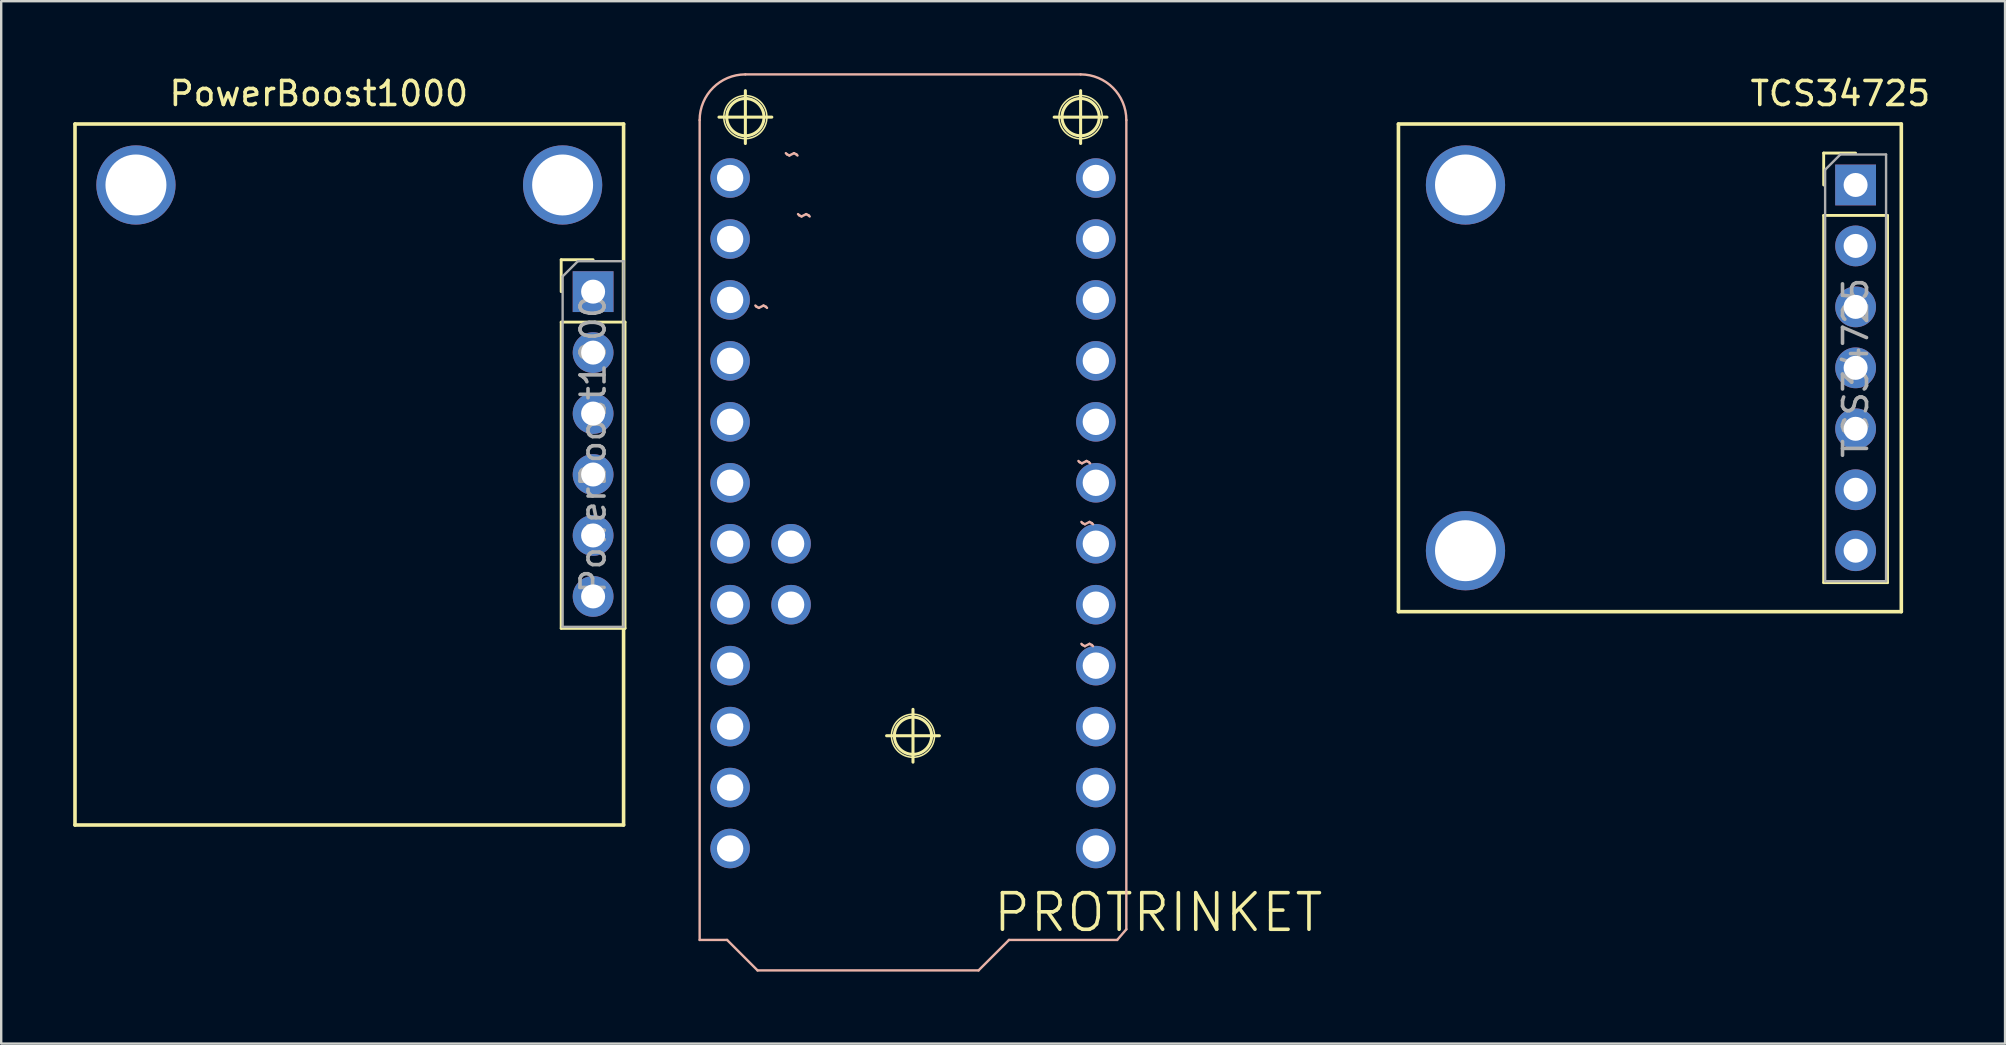
<source format=kicad_pcb>
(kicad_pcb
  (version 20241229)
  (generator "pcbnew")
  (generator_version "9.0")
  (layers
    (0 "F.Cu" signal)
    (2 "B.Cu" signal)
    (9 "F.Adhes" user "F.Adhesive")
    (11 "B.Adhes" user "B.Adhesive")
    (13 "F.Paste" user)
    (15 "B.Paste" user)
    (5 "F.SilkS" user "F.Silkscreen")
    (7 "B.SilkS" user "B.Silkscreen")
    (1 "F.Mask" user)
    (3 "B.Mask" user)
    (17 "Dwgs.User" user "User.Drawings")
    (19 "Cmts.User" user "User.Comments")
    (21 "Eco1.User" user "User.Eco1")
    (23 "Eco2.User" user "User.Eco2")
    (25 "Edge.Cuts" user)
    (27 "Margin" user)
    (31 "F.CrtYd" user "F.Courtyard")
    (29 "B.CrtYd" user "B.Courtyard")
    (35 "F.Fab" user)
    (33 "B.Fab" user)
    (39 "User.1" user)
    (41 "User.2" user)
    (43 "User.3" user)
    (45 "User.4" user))
  (footprint "TCS34725"
    (layer "F.Cu")
    (at 74.274 4.658)
    (property "Reference" "TCS34725" (at -0.635 -3.81 0) (layer "F.SilkS") (effects (font (size 1 1) (thickness 0.15))))
    (attr through_hole)
    (fp_line (start -19.05 -2.54) (end 1.905 -2.54) (stroke (width 0.15) (type solid)) (layer "F.SilkS"))
    (fp_line (start -19.05 17.78) (end -19.05 -2.54) (stroke (width 0.15) (type solid)) (layer "F.SilkS"))
    (fp_line (start -1.33 -1.33) (end 0 -1.33) (stroke (width 0.12) (type solid)) (layer "F.SilkS"))
    (fp_line (start -1.33 0) (end -1.33 -1.33) (stroke (width 0.12) (type solid)) (layer "F.SilkS"))
    (fp_line (start -1.33 1.27) (end -1.33 16.57) (stroke (width 0.12) (type solid)) (layer "F.SilkS"))
    (fp_line (start -1.33 1.27) (end 1.33 1.27) (stroke (width 0.12) (type solid)) (layer "F.SilkS"))
    (fp_line (start -1.33 16.57) (end 1.33 16.57) (stroke (width 0.12) (type solid)) (layer "F.SilkS"))
    (fp_line (start 1.33 1.27) (end 1.33 16.57) (stroke (width 0.12) (type solid)) (layer "F.SilkS"))
    (fp_line (start 1.905 -2.54) (end 1.905 17.78) (stroke (width 0.15) (type solid)) (layer "F.SilkS"))
    (fp_line (start 1.905 17.78) (end -19.05 17.78) (stroke (width 0.15) (type solid)) (layer "F.SilkS"))
    (fp_line (start -1.27 -0.635) (end -0.635 -1.27) (stroke (width 0.1) (type solid)) (layer "F.Fab"))
    (fp_line (start -1.27 16.51) (end -1.27 -0.635) (stroke (width 0.1) (type solid)) (layer "F.Fab"))
    (fp_line (start -0.635 -1.27) (end 1.27 -1.27) (stroke (width 0.1) (type solid)) (layer "F.Fab"))
    (fp_line (start 1.27 -1.27) (end 1.27 16.51) (stroke (width 0.1) (type solid)) (layer "F.Fab"))
    (fp_line (start 1.27 16.51) (end -1.27 16.51) (stroke (width 0.1) (type solid)) (layer "F.Fab"))
    (fp_text user "${REFERENCE}" (at 0 7.62 90) (layer "F.Fab") (effects (font (size 1 1) (thickness 0.15))))
    (pad "" thru_hole circle (at -16.256 0) (size 3.302 3.302) (drill 2.54) (layers "*.Cu" "*.Mask"))
    (pad "" thru_hole circle (at -16.256 15.24) (size 3.302 3.302) (drill 2.54) (layers "*.Cu" "*.Mask"))
    (pad "1" thru_hole rect (at 0 0) (size 1.7 1.7) (drill 1) (layers "*.Cu" "*.Mask"))
    (pad "2" thru_hole oval (at 0 2.54) (size 1.7 1.7) (drill 1) (layers "*.Cu" "*.Mask"))
    (pad "3" thru_hole oval (at 0 5.08) (size 1.7 1.7) (drill 1) (layers "*.Cu" "*.Mask"))
    (pad "4" thru_hole oval (at 0 7.62) (size 1.7 1.7) (drill 1) (layers "*.Cu" "*.Mask"))
    (pad "5" thru_hole oval (at 0 10.16) (size 1.7 1.7) (drill 1) (layers "*.Cu" "*.Mask"))
    (pad "6" thru_hole oval (at 0 12.7) (size 1.7 1.7) (drill 1) (layers "*.Cu" "*.Mask"))
    (pad "7" thru_hole oval (at 0 15.24) (size 1.7 1.7) (drill 1) (layers "*.Cu" "*.Mask")))
  (footprint "PowerBoost1000"
    (layer "F.Cu")
    (at 21.665 9.103)
    (property "Reference" "PowerBoost1000" (at -11.43 -8.255 0) (layer "F.SilkS") (effects (font (size 1 1) (thickness 0.15))))
    (attr through_hole)
    (fp_line (start -21.59 -6.985) (end 1.27 -6.985) (stroke (width 0.15) (type solid)) (layer "F.SilkS"))
    (fp_line (start -21.59 22.225) (end -21.59 -6.985) (stroke (width 0.15) (type solid)) (layer "F.SilkS"))
    (fp_line (start -1.33 -1.33) (end 0 -1.33) (stroke (width 0.12) (type solid)) (layer "F.SilkS"))
    (fp_line (start -1.33 0) (end -1.33 -1.33) (stroke (width 0.12) (type solid)) (layer "F.SilkS"))
    (fp_line (start -1.33 1.27) (end -1.33 14.03) (stroke (width 0.12) (type solid)) (layer "F.SilkS"))
    (fp_line (start -1.33 1.27) (end 1.33 1.27) (stroke (width 0.12) (type solid)) (layer "F.SilkS"))
    (fp_line (start -1.33 14.03) (end 1.33 14.03) (stroke (width 0.12) (type solid)) (layer "F.SilkS"))
    (fp_line (start 1.27 -6.985) (end 1.27 22.225) (stroke (width 0.15) (type solid)) (layer "F.SilkS"))
    (fp_line (start 1.27 22.225) (end -21.59 22.225) (stroke (width 0.15) (type solid)) (layer "F.SilkS"))
    (fp_line (start 1.33 1.27) (end 1.33 14.03) (stroke (width 0.12) (type solid)) (layer "F.SilkS"))
    (fp_line (start -1.27 -0.635) (end -0.635 -1.27) (stroke (width 0.1) (type solid)) (layer "F.Fab"))
    (fp_line (start -1.27 13.97) (end -1.27 -0.635) (stroke (width 0.1) (type solid)) (layer "F.Fab"))
    (fp_line (start -0.635 -1.27) (end 1.27 -1.27) (stroke (width 0.1) (type solid)) (layer "F.Fab"))
    (fp_line (start 1.27 -1.27) (end 1.27 13.97) (stroke (width 0.1) (type solid)) (layer "F.Fab"))
    (fp_line (start 1.27 13.97) (end -1.27 13.97) (stroke (width 0.1) (type solid)) (layer "F.Fab"))
    (fp_text user "${REFERENCE}" (at 0 6.35 90) (layer "F.Fab") (effects (font (size 1 1) (thickness 0.15))))
    (pad "" thru_hole circle (at -19.05 -4.445) (size 3.302 3.302) (drill 2.54) (layers "*.Cu" "*.Mask"))
    (pad "" thru_hole circle (at -1.27 -4.445) (size 3.302 3.302) (drill 2.54) (layers "*.Cu" "*.Mask"))
    (pad "1" thru_hole rect (at 0 0) (size 1.7 1.7) (drill 1) (layers "*.Cu" "*.Mask"))
    (pad "2" thru_hole oval (at 0 2.54) (size 1.7 1.7) (drill 1) (layers "*.Cu" "*.Mask"))
    (pad "3" thru_hole oval (at 0 5.08) (size 1.7 1.7) (drill 1) (layers "*.Cu" "*.Mask"))
    (pad "4" thru_hole oval (at 0 7.62) (size 1.7 1.7) (drill 1) (layers "*.Cu" "*.Mask"))
    (pad "5" thru_hole oval (at 0 10.16) (size 1.7 1.7) (drill 1) (layers "*.Cu" "*.Mask"))
    (pad "6" thru_hole oval (at 0 12.7) (size 1.7 1.7) (drill 1) (layers "*.Cu" "*.Mask")))
  (footprint "PROTRINKET"
    (layer "F.Cu")
    (at 34.995 27.609)
    (property "Reference" "PROTRINKET" (at 10.223 7.366 0) (layer "F.SilkS") (effects (font (size 1.524 1.524) (thickness 0.15))))
    (attr exclude_from_pos_files exclude_from_bom)
    (fp_line (start -8.085 -25.778) (end -5.883 -25.778) (stroke (width 0.127) (type solid)) (layer "F.SilkS"))
    (fp_line (start -6.985 -24.679) (end -6.985 -26.881) (stroke (width 0.127) (type solid)) (layer "F.SilkS"))
    (fp_line (start -1.1 0) (end 1.1 0) (stroke (width 0.127) (type solid)) (layer "F.SilkS"))
    (fp_line (start 0 1.1) (end 0 -1.1) (stroke (width 0.127) (type solid)) (layer "F.SilkS"))
    (fp_line (start 5.883 -25.778) (end 8.085 -25.778) (stroke (width 0.127) (type solid)) (layer "F.SilkS"))
    (fp_line (start 6.985 -24.679) (end 6.985 -26.881) (stroke (width 0.127) (type solid)) (layer "F.SilkS"))
    (fp_circle (center -6.985 -25.778) (end -7.62 -26.413) (stroke (width 0.064) (type solid)) (fill no) (layer "F.SilkS"))
    (fp_circle (center -6.985 -25.778) (end -7.534 -26.327) (stroke (width 0.127) (type solid)) (fill no) (layer "F.SilkS"))
    (fp_circle (center 0 0) (end -0.635 0.635) (stroke (width 0.064) (type solid)) (fill no) (layer "F.SilkS"))
    (fp_circle (center 0 0) (end -0.549 0.549) (stroke (width 0.127) (type solid)) (fill no) (layer "F.SilkS"))
    (fp_circle (center 6.985 -25.778) (end 7.534 -26.327) (stroke (width 0.127) (type solid)) (fill no) (layer "F.SilkS"))
    (fp_circle (center 6.985 -25.778) (end 7.623 -26.416) (stroke (width 0.064) (type solid)) (fill no) (layer "F.SilkS"))
    (fp_line (start -8.89 -25.654) (end -8.89 8.509) (stroke (width 0.1) (type solid)) (layer "B.SilkS"))
    (fp_line (start -8.89 8.509) (end -7.747 8.509) (stroke (width 0.1) (type solid)) (layer "B.SilkS"))
    (fp_line (start -7.747 8.509) (end -6.477 9.779) (stroke (width 0.1) (type solid)) (layer "B.SilkS"))
    (fp_line (start -6.477 9.779) (end 2.731 9.779) (stroke (width 0.1) (type solid)) (layer "B.SilkS"))
    (fp_line (start 2.731 9.779) (end 4 8.509) (stroke (width 0.1) (type solid)) (layer "B.SilkS"))
    (fp_line (start 4 8.509) (end 8.509 8.509) (stroke (width 0.1) (type solid)) (layer "B.SilkS"))
    (fp_line (start 6.985 -27.559) (end -6.985 -27.559) (stroke (width 0.1) (type solid)) (layer "B.SilkS"))
    (fp_line (start 8.509 8.509) (end 8.89 8.065) (stroke (width 0.1) (type solid)) (layer "B.SilkS"))
    (fp_line (start 8.89 8.065) (end 8.89 -25.654) (stroke (width 0.1) (type solid)) (layer "B.SilkS"))
    (fp_arc (start -8.89 -25.654) (mid -8.332038 -27.001038) (end -6.985 -27.559) (stroke (width 0.1) (type solid)) (layer "B.SilkS"))
    (fp_arc (start 6.985 -27.559) (mid 8.332038 -27.001038) (end 8.89 -25.654) (stroke (width 0.1) (type solid)) (layer "B.SilkS"))
    (fp_text user "~" (at 7.236 -8.89 0) (layer "B.SilkS") (effects (font (size 1.016 1.016) (thickness 0.102)) (justify mirror)))
    (fp_text user "~" (at -5.08 -24.257 0) (layer "B.SilkS") (effects (font (size 1.016 1.016) (thickness 0.102)) (justify mirror)))
    (fp_text user "~" (at -6.35 -17.907 180) (layer "B.SilkS") (effects (font (size 1.016 1.016) (thickness 0.102)) (justify mirror)))
    (fp_text user "~" (at 7.112 -11.43 0) (layer "B.SilkS") (effects (font (size 1.016 1.016) (thickness 0.102)) (justify mirror)))
    (fp_text user "~" (at -4.572 -21.717 0) (layer "B.SilkS") (effects (font (size 1.016 1.016) (thickness 0.102)) (justify mirror)))
    (fp_text user "~" (at 7.236 -3.81 0) (layer "B.SilkS") (effects (font (size 1.016 1.016) (thickness 0.102)) (justify mirror)))
    (pad "3" thru_hole circle (at 7.62 -2.921) (size 1.648 1.648) (drill 1.1) (layers "*.Cu" "*.Mask"))
    (pad "4" thru_hole circle (at 7.62 -5.461) (size 1.648 1.648) (drill 1.1) (layers "*.Cu" "*.Mask"))
    (pad "5" thru_hole circle (at 7.62 -8.001) (size 1.648 1.648) (drill 1.1) (layers "*.Cu" "*.Mask"))
    (pad "6" thru_hole circle (at 7.62 -10.541) (size 1.648 1.648) (drill 1.1) (layers "*.Cu" "*.Mask"))
    (pad "8" thru_hole circle (at 7.62 -13.081) (size 1.648 1.648) (drill 1.1) (layers "*.Cu" "*.Mask"))
    (pad "9" thru_hole circle (at -7.62 -23.241) (size 1.648 1.648) (drill 1.1) (layers "*.Cu" "*.Mask"))
    (pad "10" thru_hole circle (at -7.62 -20.698) (size 1.648 1.648) (drill 1.1) (layers "*.Cu" "*.Mask"))
    (pad "11" thru_hole circle (at -7.62 -18.161) (size 1.648 1.648) (drill 1.1) (layers "*.Cu" "*.Mask"))
    (pad "12" thru_hole circle (at -7.62 -15.621) (size 1.648 1.648) (drill 1.1) (layers "*.Cu" "*.Mask"))
    (pad "13" thru_hole circle (at -7.62 -13.081) (size 1.648 1.648) (drill 1.1) (layers "*.Cu" "*.Mask"))
    (pad "A0" thru_hole circle (at -7.62 -8.001) (size 1.648 1.648) (drill 1.1) (layers "*.Cu" "*.Mask"))
    (pad "A1" thru_hole circle (at -7.62 -5.461) (size 1.648 1.648) (drill 1.1) (layers "*.Cu" "*.Mask"))
    (pad "A2" thru_hole circle (at -7.62 -2.921) (size 1.648 1.648) (drill 1.1) (layers "*.Cu" "*.Mask"))
    (pad "A3" thru_hole circle (at -7.62 -0.381) (size 1.648 1.648) (drill 1.1) (layers "*.Cu" "*.Mask"))
    (pad "A4" thru_hole circle (at -7.62 2.159) (size 1.648 1.648) (drill 1.1) (layers "*.Cu" "*.Mask"))
    (pad "A5" thru_hole circle (at -7.62 4.699) (size 1.648 1.648) (drill 1.1) (layers "*.Cu" "*.Mask"))
    (pad "A6" thru_hole circle (at -5.08 -8.001) (size 1.648 1.648) (drill 1.1) (layers "*.Cu" "*.Mask"))
    (pad "A7" thru_hole circle (at -5.08 -5.461) (size 1.648 1.648) (drill 1.1) (layers "*.Cu" "*.Mask"))
    (pad "AREF" thru_hole circle (at -7.62 -10.541) (size 1.648 1.648) (drill 1.1) (layers "*.Cu" "*.Mask"))
    (pad "BAT+" thru_hole circle (at 7.62 -23.241) (size 1.648 1.648) (drill 1.1) (layers "*.Cu" "*.Mask"))
    (pad "GND" thru_hole circle (at 7.62 -20.698) (size 1.648 1.648) (drill 1.1) (layers "*.Cu" "*.Mask"))
    (pad "RST" thru_hole circle (at 7.62 4.699) (size 1.648 1.648) (drill 1.1) (layers "*.Cu" "*.Mask"))
    (pad "RX" thru_hole circle (at 7.62 2.159) (size 1.648 1.648) (drill 1.1) (layers "*.Cu" "*.Mask"))
    (pad "TX" thru_hole circle (at 7.62 -0.381) (size 1.648 1.648) (drill 1.1) (layers "*.Cu" "*.Mask"))
    (pad "USB" thru_hole circle (at 7.62 -18.161) (size 1.648 1.648) (drill 1.1) (layers "*.Cu" "*.Mask"))
    (pad "VCC" thru_hole circle (at 7.62 -15.621) (size 1.648 1.648) (drill 1.1) (layers "*.Cu" "*.Mask")))
  (gr_rect
    (start -3 -3)
    (end 80.502 40.438)
    (stroke (width 0.1) (type default))
    (fill no)
    (layer "Edge.Cuts")))
</source>
